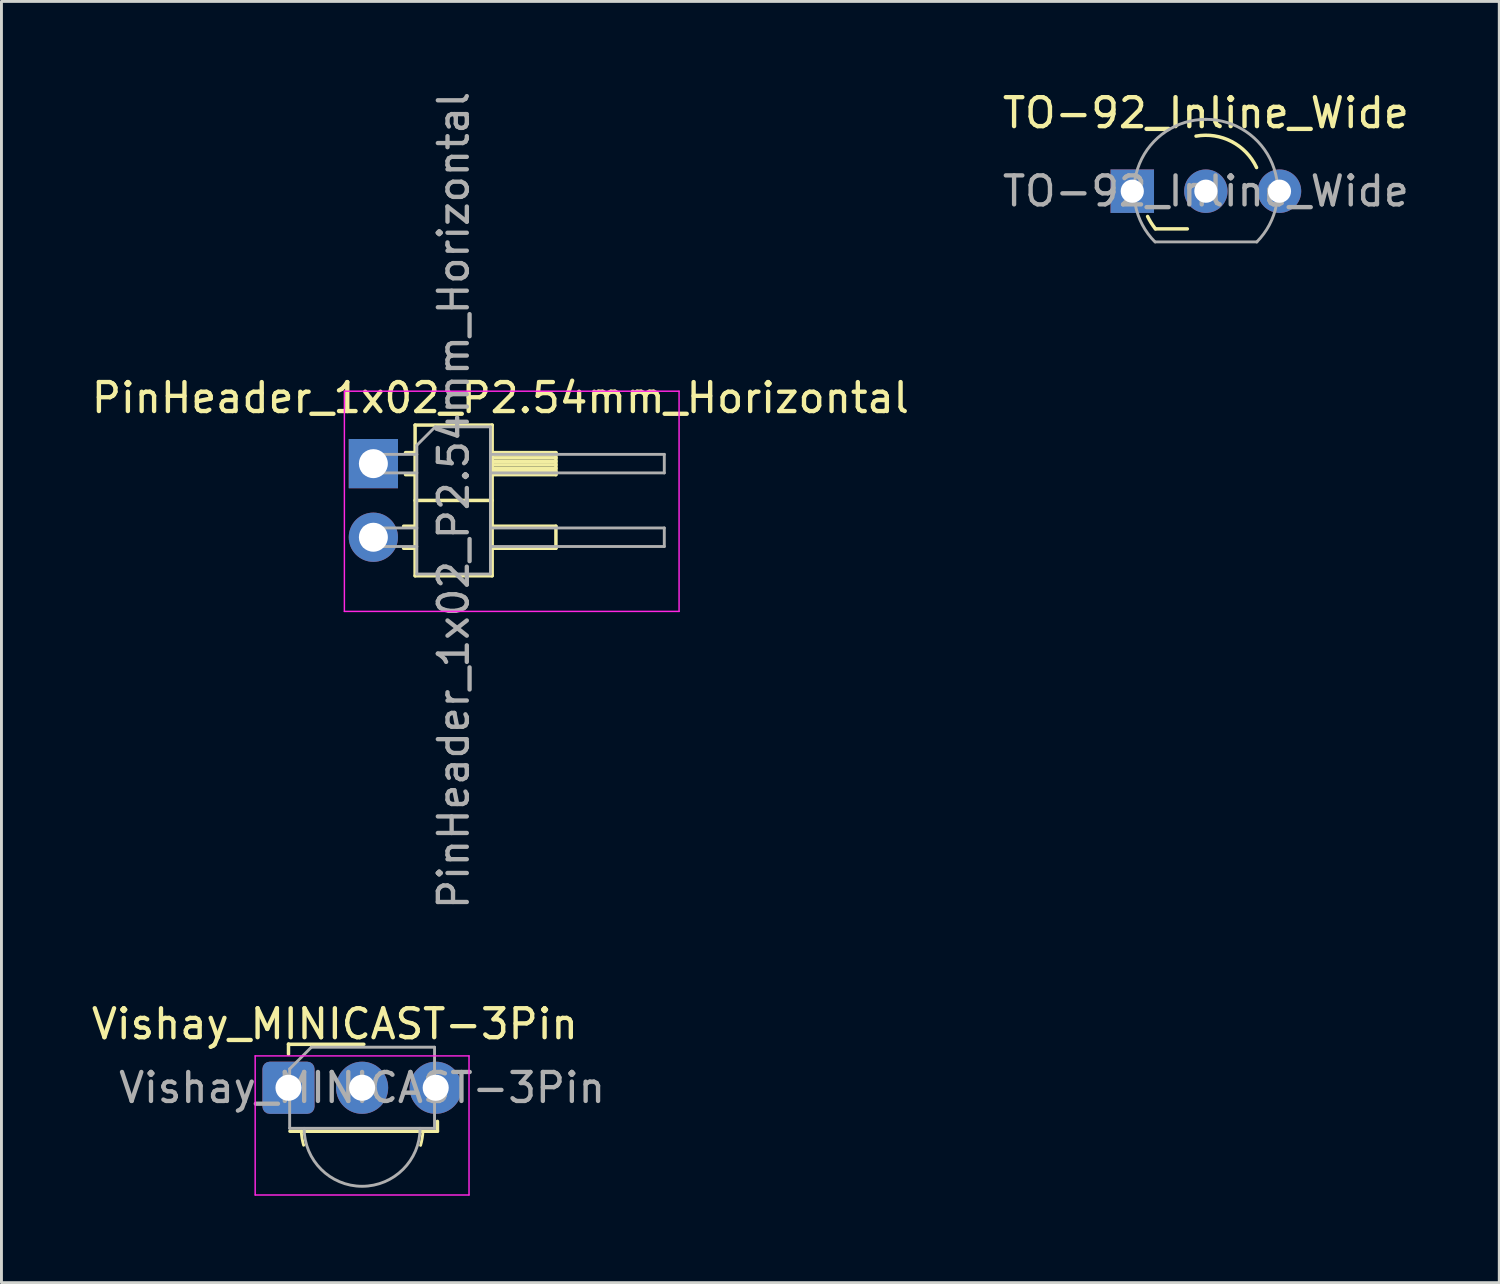
<source format=kicad_pcb>
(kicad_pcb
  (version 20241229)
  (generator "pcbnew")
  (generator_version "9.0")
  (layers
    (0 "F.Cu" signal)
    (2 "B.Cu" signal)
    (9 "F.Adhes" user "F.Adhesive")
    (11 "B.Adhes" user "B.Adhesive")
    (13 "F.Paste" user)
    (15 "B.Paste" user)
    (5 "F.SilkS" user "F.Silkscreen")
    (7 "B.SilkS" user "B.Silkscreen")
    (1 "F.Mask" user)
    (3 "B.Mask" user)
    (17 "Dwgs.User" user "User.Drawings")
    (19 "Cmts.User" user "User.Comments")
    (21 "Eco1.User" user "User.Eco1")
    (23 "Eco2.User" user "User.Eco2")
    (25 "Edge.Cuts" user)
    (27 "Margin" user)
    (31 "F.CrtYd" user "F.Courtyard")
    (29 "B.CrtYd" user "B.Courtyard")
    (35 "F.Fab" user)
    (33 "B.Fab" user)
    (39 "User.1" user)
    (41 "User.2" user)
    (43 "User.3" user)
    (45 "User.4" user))
  (footprint "PinHeader_1x02_P2.54mm_Horizontal"
    (layer "F.Cu")
    (at 9.835 12.95)
    (property "Reference" "PinHeader_1x02_P2.54mm_Horizontal" (at 4.385 -2.27 0) (layer "F.SilkS") (effects (font (size 1 1) (thickness 0.15))))
    (attr through_hole)
    (fp_line (start 1.043 2.16) (end 1.44 2.16) (stroke (width 0.12) (type solid)) (layer "F.SilkS"))
    (fp_line (start 1.043 2.92) (end 1.44 2.92) (stroke (width 0.12) (type solid)) (layer "F.SilkS"))
    (fp_line (start 1.11 -0.38) (end 1.44 -0.38) (stroke (width 0.12) (type solid)) (layer "F.SilkS"))
    (fp_line (start 1.11 0.38) (end 1.44 0.38) (stroke (width 0.12) (type solid)) (layer "F.SilkS"))
    (fp_line (start 1.44 -1.33) (end 1.44 3.87) (stroke (width 0.12) (type solid)) (layer "F.SilkS"))
    (fp_line (start 1.44 1.27) (end 4.1 1.27) (stroke (width 0.12) (type solid)) (layer "F.SilkS"))
    (fp_line (start 1.44 3.87) (end 4.1 3.87) (stroke (width 0.12) (type solid)) (layer "F.SilkS"))
    (fp_line (start 4.1 -1.33) (end 1.44 -1.33) (stroke (width 0.12) (type solid)) (layer "F.SilkS"))
    (fp_line (start 4.1 -0.38) (end 6.3 -0.38) (stroke (width 0.12) (type solid)) (layer "F.SilkS"))
    (fp_line (start 4.1 -0.32) (end 6.3 -0.32) (stroke (width 0.12) (type solid)) (layer "F.SilkS"))
    (fp_line (start 4.1 -0.2) (end 6.3 -0.2) (stroke (width 0.12) (type solid)) (layer "F.SilkS"))
    (fp_line (start 4.1 -0.08) (end 6.3 -0.08) (stroke (width 0.12) (type solid)) (layer "F.SilkS"))
    (fp_line (start 4.1 0.04) (end 6.3 0.04) (stroke (width 0.12) (type solid)) (layer "F.SilkS"))
    (fp_line (start 4.1 0.16) (end 6.3 0.16) (stroke (width 0.12) (type solid)) (layer "F.SilkS"))
    (fp_line (start 4.1 0.28) (end 6.3 0.28) (stroke (width 0.12) (type solid)) (layer "F.SilkS"))
    (fp_line (start 4.1 2.16) (end 6.3 2.16) (stroke (width 0.12) (type solid)) (layer "F.SilkS"))
    (fp_line (start 4.1 3.87) (end 4.1 -1.33) (stroke (width 0.12) (type solid)) (layer "F.SilkS"))
    (fp_line (start 6.3 -0.38) (end 6.3 0.38) (stroke (width 0.12) (type solid)) (layer "F.SilkS"))
    (fp_line (start 6.3 0.38) (end 4.1 0.38) (stroke (width 0.12) (type solid)) (layer "F.SilkS"))
    (fp_line (start 6.3 2.16) (end 6.3 2.92) (stroke (width 0.12) (type solid)) (layer "F.SilkS"))
    (fp_line (start 6.3 2.92) (end 4.1 2.92) (stroke (width 0.12) (type solid)) (layer "F.SilkS"))
    (fp_line (start -1 -2.5) (end -1 5.1) (stroke (width 0.05) (type solid)) (layer "F.CrtYd"))
    (fp_line (start -1 5.1) (end 10.55 5.1) (stroke (width 0.05) (type solid)) (layer "F.CrtYd"))
    (fp_line (start 10.55 -2.5) (end -1 -2.5) (stroke (width 0.05) (type solid)) (layer "F.CrtYd"))
    (fp_line (start 10.55 5.1) (end 10.55 -2.5) (stroke (width 0.05) (type solid)) (layer "F.CrtYd"))
    (fp_line (start -0.32 -0.32) (end -0.32 0.32) (stroke (width 0.1) (type solid)) (layer "F.Fab"))
    (fp_line (start -0.32 -0.32) (end 1.5 -0.32) (stroke (width 0.1) (type solid)) (layer "F.Fab"))
    (fp_line (start -0.32 0.32) (end 1.5 0.32) (stroke (width 0.1) (type solid)) (layer "F.Fab"))
    (fp_line (start -0.32 2.22) (end -0.32 2.86) (stroke (width 0.1) (type solid)) (layer "F.Fab"))
    (fp_line (start -0.32 2.22) (end 1.5 2.22) (stroke (width 0.1) (type solid)) (layer "F.Fab"))
    (fp_line (start -0.32 2.86) (end 1.5 2.86) (stroke (width 0.1) (type solid)) (layer "F.Fab"))
    (fp_line (start 1.5 -0.635) (end 2.135 -1.27) (stroke (width 0.1) (type solid)) (layer "F.Fab"))
    (fp_line (start 1.5 3.81) (end 1.5 -0.635) (stroke (width 0.1) (type solid)) (layer "F.Fab"))
    (fp_line (start 2.135 -1.27) (end 4.04 -1.27) (stroke (width 0.1) (type solid)) (layer "F.Fab"))
    (fp_line (start 4.04 -1.27) (end 4.04 3.81) (stroke (width 0.1) (type solid)) (layer "F.Fab"))
    (fp_line (start 4.04 -0.32) (end 10.04 -0.32) (stroke (width 0.1) (type solid)) (layer "F.Fab"))
    (fp_line (start 4.04 0.32) (end 10.04 0.32) (stroke (width 0.1) (type solid)) (layer "F.Fab"))
    (fp_line (start 4.04 2.22) (end 10.04 2.22) (stroke (width 0.1) (type solid)) (layer "F.Fab"))
    (fp_line (start 4.04 2.86) (end 10.04 2.86) (stroke (width 0.1) (type solid)) (layer "F.Fab"))
    (fp_line (start 4.04 3.81) (end 1.5 3.81) (stroke (width 0.1) (type solid)) (layer "F.Fab"))
    (fp_line (start 10.04 -0.32) (end 10.04 0.32) (stroke (width 0.1) (type solid)) (layer "F.Fab"))
    (fp_line (start 10.04 2.22) (end 10.04 2.86) (stroke (width 0.1) (type solid)) (layer "F.Fab"))
    (fp_text user "${REFERENCE}" (at 2.77 1.27 90) (layer "F.Fab") (effects (font (size 1 1) (thickness 0.15))))
    (pad "1" thru_hole oval (at 0 2.54) (size 1.7 1.7) (drill 1) (layers "*.Cu" "*.Mask"))
    (pad "2" thru_hole rect (at 0 0) (size 1.7 1.7) (drill 1) (layers "*.Cu" "*.Mask")))
  (footprint "TO-92_Inline_Wide"
    (layer "F.Cu")
    (at 36.025 3.548)
    (property "Reference" "TO-92_Inline_Wide" (at 2.54 -2.7 0) (layer "F.SilkS") (effects (font (size 1 1) (thickness 0.15))))
    (attr through_hole)
    (fp_line (start 0.8 1.3) (end 1.9 1.3) (stroke (width 0.12) (type solid)) (layer "F.SilkS"))
    (fp_arc (start 0.800001 1.299999) (mid 0.652335 1.093447) (end 0.529069 0.871468) (stroke (width 0.12) (type solid)) (layer "F.SilkS"))
    (fp_arc (start 2.2 -1.9) (mid 3.42908 -1.713224) (end 4.289335 -0.815737) (stroke (width 0.12) (type solid)) (layer "F.SilkS"))
    (fp_line (start 0.8 1.75) (end 4.3 1.75) (stroke (width 0.1) (type solid)) (layer "F.Fab"))
    (fp_arc (start 0.786375 1.753625) (mid 0.248779 -0.949055) (end 2.54 -2.48) (stroke (width 0.1) (type solid)) (layer "F.Fab"))
    (fp_arc (start 2.54 -2.48) (mid 4.831221 -0.949055) (end 4.293625 1.753625) (stroke (width 0.1) (type solid)) (layer "F.Fab"))
    (fp_text user "${REFERENCE}" (at 2.54 0 0) (layer "F.Fab") (effects (font (size 1 1) (thickness 0.15))))
    (pad "1" thru_hole rect (at 0 0) (size 1.5 1.5) (drill 0.8) (layers "*.Cu" "*.Mask"))
    (pad "2" thru_hole circle (at 2.54 0) (size 1.5 1.5) (drill 0.8) (layers "*.Cu" "*.Mask"))
    (pad "3" thru_hole circle (at 5.08 0) (size 1.5 1.5) (drill 0.8) (layers "*.Cu" "*.Mask")))
  (footprint "Vishay_MINICAST-3Pin"
    (layer "F.Cu")
    (at 6.906 34.489)
    (property "Reference" "Vishay_MINICAST-3Pin" (at 1.6 -2.2 180) (layer "F.SilkS") (effects (font (size 1 1) (thickness 0.15))))
    (attr through_hole)
    (fp_line (start 0 -1.16) (end 0 -1.51) (stroke (width 0.12) (type solid)) (layer "F.SilkS"))
    (fp_line (start 2.6 -1.5) (end 0 -1.5) (stroke (width 0.12) (type solid)) (layer "F.SilkS"))
    (fp_line (start 5.14 1.16) (end 5.14 1.5) (stroke (width 0.12) (type solid)) (layer "F.SilkS"))
    (fp_line (start 5.14 1.5) (end 0.05 1.5) (stroke (width 0.12) (type solid)) (layer "F.SilkS"))
    (fp_arc (start 0.521828 1.982459) (mid 0.466831 1.74128) (end 0.440547 1.49531) (stroke (width 0.1) (type default)) (layer "F.SilkS"))
    (fp_arc (start 4.63975 1.499988) (mid 4.613466 1.745958) (end 4.558469 1.987137) (stroke (width 0.1) (type default)) (layer "F.SilkS"))
    (fp_line (start -1.15 -1.1) (end -1.15 3.7) (stroke (width 0.05) (type solid)) (layer "F.CrtYd"))
    (fp_line (start -1.15 -1.1) (end 6.23 -1.1) (stroke (width 0.05) (type solid)) (layer "F.CrtYd"))
    (fp_line (start 6.23 3.7) (end -1.15 3.7) (stroke (width 0.05) (type solid)) (layer "F.CrtYd"))
    (fp_line (start 6.23 3.7) (end 6.23 -1.1) (stroke (width 0.05) (type solid)) (layer "F.CrtYd"))
    (fp_line (start 0.04 1.4) (end 0.04 -0.65) (stroke (width 0.1) (type solid)) (layer "F.Fab"))
    (fp_line (start 0.79 -1.4) (end 0.04 -0.65) (stroke (width 0.1) (type solid)) (layer "F.Fab"))
    (fp_line (start 0.79 -1.4) (end 5.04 -1.4) (stroke (width 0.1) (type solid)) (layer "F.Fab"))
    (fp_line (start 5.04 -1.4) (end 5.04 1.4) (stroke (width 0.1) (type solid)) (layer "F.Fab"))
    (fp_line (start 5.04 1.4) (end 0.04 1.4) (stroke (width 0.1) (type solid)) (layer "F.Fab"))
    (fp_arc (start 4.54 1.4) (mid 2.54 3.4) (end 0.54 1.4) (stroke (width 0.1) (type solid)) (layer "F.Fab"))
    (fp_text user "${REFERENCE}" (at 2.54 0 0) (layer "F.Fab") (effects (font (size 1 1) (thickness 0.15))))
    (pad "1" thru_hole roundrect (at 0 0) (size 1.8 1.8) (drill 0.9) (layers "*.Cu" "*.Mask") (roundrect_rratio 0.139))
    (pad "2" thru_hole circle (at 2.54 0) (size 1.8 1.8) (drill 0.9) (layers "*.Cu" "*.Mask"))
    (pad "3" thru_hole circle (at 5.08 0) (size 1.8 1.8) (drill 0.9) (layers "*.Cu" "*.Mask")))
  (gr_rect
    (start -3 -3)
    (end 48.69 41.214)
    (stroke (width 0.1) (type default))
    (fill no)
    (layer "Edge.Cuts")))
</source>
